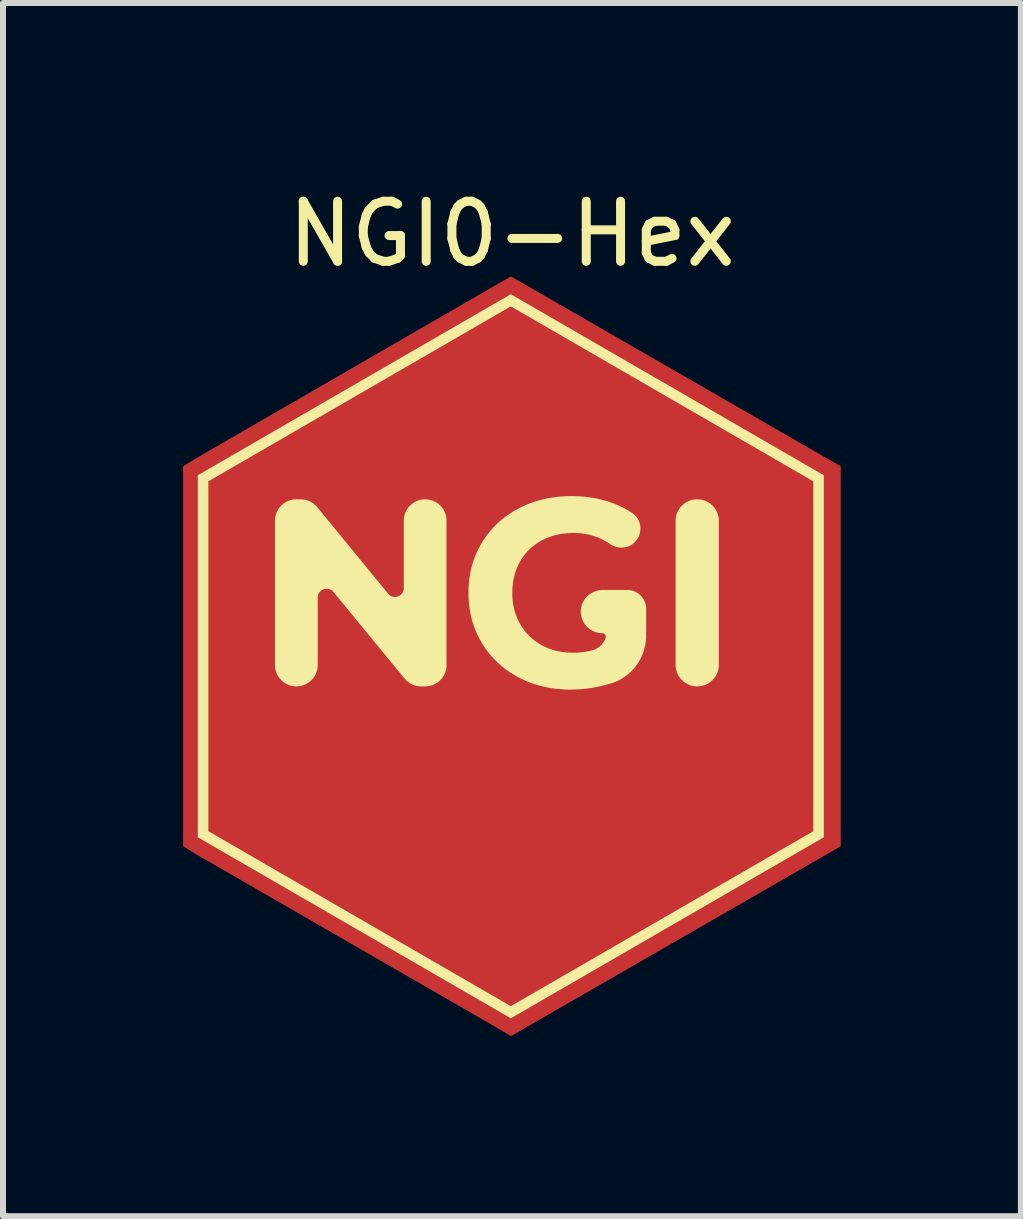
<source format=kicad_pcb>
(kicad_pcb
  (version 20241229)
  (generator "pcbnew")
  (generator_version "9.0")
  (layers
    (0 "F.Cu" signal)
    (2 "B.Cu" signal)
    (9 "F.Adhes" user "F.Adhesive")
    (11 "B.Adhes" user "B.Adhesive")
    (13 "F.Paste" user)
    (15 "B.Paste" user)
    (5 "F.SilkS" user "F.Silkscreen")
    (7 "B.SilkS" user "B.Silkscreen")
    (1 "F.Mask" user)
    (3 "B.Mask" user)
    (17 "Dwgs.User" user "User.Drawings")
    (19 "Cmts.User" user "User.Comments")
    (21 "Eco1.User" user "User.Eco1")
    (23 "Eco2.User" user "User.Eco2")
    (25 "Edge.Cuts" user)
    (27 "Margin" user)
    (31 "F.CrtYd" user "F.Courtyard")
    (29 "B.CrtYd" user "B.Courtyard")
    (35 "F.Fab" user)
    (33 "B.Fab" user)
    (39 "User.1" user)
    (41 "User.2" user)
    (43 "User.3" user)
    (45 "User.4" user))
  (footprint "NGI0-Hex"
    (layer "F.Cu")
    (at 5.479 7.848)
    (property "Reference" "NGI0-Hex" (at 0 -7 0) (unlocked yes) (layer "F.SilkS") (effects (font (size 1 1) (thickness 0.15))))
    (fp_poly (pts (xy 0.211 -6.162) (xy 5.248 -3.261) (xy 5.478 -3.129) (xy 5.478 3.2) (xy 5.249 3.332) (xy 0.212 6.232) (xy -0.014 6.364) (xy -0.238 6.232) (xy -5.266 3.332) (xy -5.479 3.2) (xy -5.479 -3.129) (xy -5.266 -3.261) (xy -0.245 -6.162) (xy -0.017 -6.293)) (stroke (width -0.000001) (type solid)) (fill yes) (layer "F.Cu"))
    (fp_poly (pts (xy -2.911 1.394) (xy -3.689 2.335) (xy -2.889 2.335) (xy -2.889 2.618) (xy -4.153 2.618) (xy -4.153 2.392) (xy -3.375 1.451) (xy -4.13 1.451) (xy -4.13 1.168) (xy -2.911 1.168)) (stroke (width -0.000001) (type solid)) (fill yes) (layer "F.Mask"))
    (fp_poly (pts (xy -0.918 1.451) (xy -1.553 1.451) (xy -1.553 1.721) (xy -0.955 1.721) (xy -0.955 2.003) (xy -1.553 2.003) (xy -1.553 2.335) (xy -0.896 2.335) (xy -0.896 2.618) (xy -1.927 2.618) (xy -1.927 1.168) (xy -0.918 1.168)) (stroke (width -0.000001) (type solid)) (fill yes) (layer "F.Mask"))
    (fp_poly (pts (xy 0.731 1.168) (xy 0.765 1.169) (xy 0.798 1.171) (xy 0.829 1.174) (xy 0.86 1.177) (xy 0.889 1.182) (xy 0.917 1.186) (xy 0.944 1.192) (xy 0.969 1.198) (xy 0.994 1.206) (xy 1.017 1.213) (xy 1.039 1.222) (xy 1.06 1.231) (xy 1.08 1.242) (xy 1.098 1.252) (xy 1.115 1.264) (xy 1.123 1.27) (xy 1.131 1.277) (xy 1.139 1.283) (xy 1.147 1.29) (xy 1.154 1.297) (xy 1.161 1.304) (xy 1.167 1.312) (xy 1.174 1.319) (xy 1.18 1.327) (xy 1.186 1.335) (xy 1.192 1.343) (xy 1.197 1.352) (xy 1.202 1.361) (xy 1.207 1.37) (xy 1.216 1.388) (xy 1.224 1.408) (xy 1.23 1.428) (xy 1.236 1.449) (xy 1.241 1.471) (xy 1.245 1.494) (xy 1.247 1.518) (xy 1.249 1.543) (xy 1.249 1.568) (xy 1.249 1.586) (xy 1.248 1.603) (xy 1.247 1.62) (xy 1.245 1.637) (xy 1.242 1.653) (xy 1.239 1.669) (xy 1.236 1.684) (xy 1.232 1.699) (xy 1.227 1.714) (xy 1.222 1.728) (xy 1.216 1.741) (xy 1.21 1.755) (xy 1.203 1.768) (xy 1.196 1.78) (xy 1.188 1.792) (xy 1.179 1.804) (xy 1.17 1.815) (xy 1.161 1.826) (xy 1.151 1.837) (xy 1.14 1.847) (xy 1.129 1.857) (xy 1.118 1.867) (xy 1.105 1.876) (xy 1.093 1.884) (xy 1.079 1.893) (xy 1.065 1.9) (xy 1.051 1.908) (xy 1.036 1.915) (xy 1.02 1.922) (xy 1.004 1.928) (xy 0.988 1.934) (xy 0.971 1.94) (xy 0.98 1.942) (xy 0.989 1.945) (xy 0.999 1.948) (xy 1.008 1.952) (xy 1.017 1.955) (xy 1.026 1.959) (xy 1.035 1.964) (xy 1.043 1.969) (xy 1.052 1.974) (xy 1.06 1.979) (xy 1.068 1.985) (xy 1.076 1.991) (xy 1.084 1.998) (xy 1.092 2.005) (xy 1.1 2.012) (xy 1.107 2.02) (xy 1.115 2.028) (xy 1.123 2.036) (xy 1.13 2.045) (xy 1.138 2.054) (xy 1.146 2.064) (xy 1.154 2.075) (xy 1.161 2.086) (xy 1.169 2.097) (xy 1.177 2.109) (xy 1.184 2.121) (xy 1.192 2.134) (xy 1.2 2.148) (xy 1.208 2.161) (xy 1.215 2.176) (xy 1.223 2.191) (xy 1.231 2.206) (xy 1.434 2.618) (xy 1.036 2.618) (xy 0.859 2.258) (xy 0.852 2.244) (xy 0.845 2.232) (xy 0.839 2.219) (xy 0.832 2.208) (xy 0.825 2.196) (xy 0.819 2.186) (xy 0.812 2.176) (xy 0.805 2.166) (xy 0.798 2.157) (xy 0.791 2.149) (xy 0.784 2.141) (xy 0.778 2.133) (xy 0.771 2.126) (xy 0.764 2.12) (xy 0.757 2.114) (xy 0.75 2.109) (xy 0.743 2.104) (xy 0.736 2.1) (xy 0.728 2.096) (xy 0.721 2.092) (xy 0.712 2.088) (xy 0.704 2.085) (xy 0.695 2.082) (xy 0.686 2.079) (xy 0.677 2.077) (xy 0.668 2.075) (xy 0.658 2.073) (xy 0.648 2.072) (xy 0.637 2.071) (xy 0.627 2.07) (xy 0.616 2.069) (xy 0.604 2.069) (xy 0.499 2.069) (xy 0.499 2.618) (xy 0.125 2.618) (xy 0.125 1.811) (xy 0.499 1.811) (xy 0.656 1.811) (xy 0.67 1.811) (xy 0.684 1.81) (xy 0.698 1.809) (xy 0.71 1.808) (xy 0.723 1.807) (xy 0.735 1.805) (xy 0.746 1.803) (xy 0.757 1.8) (xy 0.767 1.797) (xy 0.777 1.794) (xy 0.786 1.79) (xy 0.794 1.786) (xy 0.803 1.782) (xy 0.81 1.777) (xy 0.817 1.773) (xy 0.824 1.767) (xy 0.83 1.762) (xy 0.836 1.755) (xy 0.841 1.749) (xy 0.846 1.742) (xy 0.851 1.734) (xy 0.855 1.727) (xy 0.859 1.718) (xy 0.862 1.709) (xy 0.866 1.7) (xy 0.868 1.691) (xy 0.87 1.681) (xy 0.872 1.67) (xy 0.874 1.659) (xy 0.875 1.648) (xy 0.875 1.636) (xy 0.875 1.623) (xy 0.875 1.611) (xy 0.875 1.6) (xy 0.874 1.588) (xy 0.872 1.577) (xy 0.87 1.567) (xy 0.868 1.557) (xy 0.866 1.548) (xy 0.862 1.539) (xy 0.859 1.53) (xy 0.855 1.522) (xy 0.851 1.514) (xy 0.846 1.507) (xy 0.841 1.5) (xy 0.836 1.493) (xy 0.83 1.487) (xy 0.824 1.482) (xy 0.817 1.477) (xy 0.81 1.472) (xy 0.803 1.467) (xy 0.794 1.463) (xy 0.786 1.459) (xy 0.777 1.456) (xy 0.767 1.452) (xy 0.757 1.45) (xy 0.746 1.447) (xy 0.735 1.445) (xy 0.723 1.443) (xy 0.71 1.442) (xy 0.698 1.44) (xy 0.684 1.44) (xy 0.67 1.439) (xy 0.656 1.439) (xy 0.499 1.439) (xy 0.499 1.811) (xy 0.125 1.811) (xy 0.125 1.168) (xy 0.696 1.168)) (stroke (width -0.000001) (type solid)) (fill yes) (layer "F.Mask"))
    (fp_poly (pts (xy 3.052 1.143) (xy 3.094 1.145) (xy 3.135 1.149) (xy 3.174 1.154) (xy 3.213 1.161) (xy 3.25 1.17) (xy 3.286 1.18) (xy 3.321 1.192) (xy 3.355 1.205) (xy 3.387 1.22) (xy 3.418 1.236) (xy 3.448 1.254) (xy 3.477 1.274) (xy 3.505 1.295) (xy 3.532 1.318) (xy 3.557 1.342) (xy 3.581 1.367) (xy 3.603 1.394) (xy 3.624 1.422) (xy 3.644 1.451) (xy 3.661 1.482) (xy 3.678 1.513) (xy 3.692 1.546) (xy 3.706 1.58) (xy 3.717 1.615) (xy 3.727 1.651) (xy 3.736 1.689) (xy 3.743 1.728) (xy 3.748 1.768) (xy 3.752 1.809) (xy 3.754 1.851) (xy 3.755 1.894) (xy 3.754 1.938) (xy 3.752 1.98) (xy 3.748 2.021) (xy 3.743 2.061) (xy 3.736 2.099) (xy 3.727 2.137) (xy 3.717 2.173) (xy 3.706 2.208) (xy 3.692 2.242) (xy 3.678 2.275) (xy 3.661 2.306) (xy 3.644 2.337) (xy 3.624 2.366) (xy 3.603 2.394) (xy 3.581 2.421) (xy 3.557 2.446) (xy 3.532 2.47) (xy 3.505 2.493) (xy 3.477 2.514) (xy 3.448 2.534) (xy 3.418 2.552) (xy 3.387 2.568) (xy 3.355 2.583) (xy 3.321 2.596) (xy 3.286 2.608) (xy 3.25 2.618) (xy 3.213 2.627) (xy 3.174 2.634) (xy 3.135 2.639) (xy 3.094 2.643) (xy 3.052 2.645) (xy 3.009 2.646) (xy 2.966 2.645) (xy 2.924 2.643) (xy 2.884 2.639) (xy 2.844 2.634) (xy 2.806 2.627) (xy 2.769 2.618) (xy 2.733 2.608) (xy 2.698 2.596) (xy 2.664 2.583) (xy 2.632 2.568) (xy 2.6 2.552) (xy 2.57 2.534) (xy 2.541 2.514) (xy 2.513 2.493) (xy 2.487 2.47) (xy 2.461 2.446) (xy 2.437 2.421) (xy 2.415 2.394) (xy 2.394 2.366) (xy 2.375 2.337) (xy 2.357 2.306) (xy 2.341 2.275) (xy 2.326 2.242) (xy 2.313 2.208) (xy 2.301 2.173) (xy 2.291 2.137) (xy 2.283 2.099) (xy 2.276 2.061) (xy 2.27 2.021) (xy 2.266 1.98) (xy 2.264 1.938) (xy 2.263 1.894) (xy 2.65 1.894) (xy 2.65 1.923) (xy 2.651 1.95) (xy 2.653 1.976) (xy 2.656 2.002) (xy 2.659 2.027) (xy 2.663 2.051) (xy 2.668 2.075) (xy 2.673 2.097) (xy 2.68 2.119) (xy 2.687 2.14) (xy 2.694 2.16) (xy 2.703 2.179) (xy 2.712 2.198) (xy 2.722 2.216) (xy 2.733 2.233) (xy 2.744 2.249) (xy 2.756 2.264) (xy 2.769 2.279) (xy 2.782 2.292) (xy 2.796 2.304) (xy 2.81 2.316) (xy 2.825 2.326) (xy 2.841 2.335) (xy 2.857 2.344) (xy 2.874 2.351) (xy 2.892 2.357) (xy 2.91 2.363) (xy 2.928 2.367) (xy 2.948 2.371) (xy 2.968 2.373) (xy 2.988 2.375) (xy 3.009 2.375) (xy 3.03 2.375) (xy 3.051 2.373) (xy 3.071 2.371) (xy 3.09 2.367) (xy 3.109 2.363) (xy 3.127 2.357) (xy 3.145 2.351) (xy 3.162 2.344) (xy 3.178 2.335) (xy 3.194 2.326) (xy 3.209 2.316) (xy 3.223 2.304) (xy 3.237 2.292) (xy 3.25 2.279) (xy 3.263 2.264) (xy 3.275 2.249) (xy 3.287 2.233) (xy 3.297 2.216) (xy 3.307 2.198) (xy 3.316 2.179) (xy 3.325 2.16) (xy 3.333 2.14) (xy 3.34 2.119) (xy 3.346 2.097) (xy 3.351 2.075) (xy 3.356 2.051) (xy 3.36 2.027) (xy 3.364 2.002) (xy 3.366 1.976) (xy 3.368 1.95) (xy 3.369 1.923) (xy 3.369 1.894) (xy 3.369 1.866) (xy 3.368 1.839) (xy 3.366 1.812) (xy 3.364 1.786) (xy 3.36 1.761) (xy 3.356 1.737) (xy 3.351 1.714) (xy 3.346 1.691) (xy 3.34 1.669) (xy 3.333 1.648) (xy 3.325 1.628) (xy 3.316 1.609) (xy 3.307 1.59) (xy 3.297 1.572) (xy 3.287 1.555) (xy 3.275 1.539) (xy 3.263 1.524) (xy 3.25 1.509) (xy 3.237 1.496) (xy 3.223 1.484) (xy 3.209 1.472) (xy 3.194 1.462) (xy 3.178 1.453) (xy 3.162 1.444) (xy 3.145 1.437) (xy 3.127 1.43) (xy 3.109 1.425) (xy 3.09 1.421) (xy 3.071 1.417) (xy 3.051 1.415) (xy 3.03 1.413) (xy 3.009 1.413) (xy 2.988 1.413) (xy 2.968 1.415) (xy 2.948 1.417) (xy 2.928 1.421) (xy 2.91 1.425) (xy 2.892 1.43) (xy 2.874 1.437) (xy 2.857 1.444) (xy 2.841 1.453) (xy 2.825 1.462) (xy 2.81 1.472) (xy 2.796 1.484) (xy 2.782 1.496) (xy 2.769 1.509) (xy 2.756 1.524) (xy 2.744 1.539) (xy 2.733 1.555) (xy 2.722 1.572) (xy 2.712 1.59) (xy 2.703 1.609) (xy 2.694 1.628) (xy 2.687 1.648) (xy 2.68 1.669) (xy 2.673 1.691) (xy 2.668 1.714) (xy 2.663 1.737) (xy 2.659 1.761) (xy 2.656 1.786) (xy 2.653 1.812) (xy 2.651 1.839) (xy 2.65 1.866) (xy 2.65 1.894) (xy 2.263 1.894) (xy 2.264 1.851) (xy 2.266 1.809) (xy 2.27 1.768) (xy 2.276 1.728) (xy 2.283 1.689) (xy 2.291 1.651) (xy 2.301 1.615) (xy 2.313 1.58) (xy 2.326 1.546) (xy 2.341 1.513) (xy 2.357 1.482) (xy 2.375 1.451) (xy 2.394 1.422) (xy 2.415 1.394) (xy 2.437 1.367) (xy 2.461 1.342) (xy 2.487 1.318) (xy 2.513 1.295) (xy 2.541 1.274) (xy 2.57 1.254) (xy 2.6 1.236) (xy 2.632 1.22) (xy 2.664 1.205) (xy 2.698 1.192) (xy 2.733 1.18) (xy 2.769 1.17) (xy 2.806 1.161) (xy 2.844 1.154) (xy 2.884 1.149) (xy 2.924 1.145) (xy 2.966 1.143) (xy 3.009 1.142)) (stroke (width -0.000001) (type solid)) (fill yes) (layer "F.Mask"))
    (fp_poly (pts (xy 5.196 -2.98) (xy 5.196 3.051) (xy -0.019 6.067) (xy -5.234 3.051) (xy -5.234 -2.879) (xy -5.058 -2.879) (xy -5.058 2.95) (xy -0.019 5.865) (xy 5.021 2.95) (xy 5.021 -2.879) (xy -0.019 -5.794) (xy -5.058 -2.879) (xy -5.234 -2.879) (xy -5.234 -2.98) (xy -0.019 -5.996)) (stroke (width -0.000001) (type solid)) (fill yes) (layer "F.SilkS"))
    (fp_poly (pts (xy 3.105 -2.579) (xy 3.123 -2.577) (xy 3.141 -2.575) (xy 3.159 -2.572) (xy 3.177 -2.568) (xy 3.194 -2.563) (xy 3.211 -2.557) (xy 3.227 -2.551) (xy 3.243 -2.544) (xy 3.258 -2.536) (xy 3.274 -2.527) (xy 3.288 -2.518) (xy 3.302 -2.508) (xy 3.316 -2.497) (xy 3.329 -2.486) (xy 3.342 -2.474) (xy 3.353 -2.461) (xy 3.365 -2.448) (xy 3.376 -2.434) (xy 3.386 -2.42) (xy 3.395 -2.406) (xy 3.404 -2.39) (xy 3.412 -2.375) (xy 3.419 -2.359) (xy 3.425 -2.343) (xy 3.431 -2.326) (xy 3.436 -2.309) (xy 3.44 -2.291) (xy 3.443 -2.274) (xy 3.445 -2.255) (xy 3.447 -2.237) (xy 3.447 -2.219) (xy 3.447 0.177) (xy 3.447 0.195) (xy 3.445 0.214) (xy 3.443 0.232) (xy 3.44 0.249) (xy 3.436 0.267) (xy 3.431 0.284) (xy 3.425 0.301) (xy 3.419 0.317) (xy 3.412 0.333) (xy 3.404 0.349) (xy 3.395 0.364) (xy 3.386 0.378) (xy 3.376 0.392) (xy 3.365 0.406) (xy 3.353 0.419) (xy 3.342 0.432) (xy 3.329 0.444) (xy 3.316 0.455) (xy 3.302 0.466) (xy 3.288 0.476) (xy 3.274 0.485) (xy 3.258 0.494) (xy 3.243 0.502) (xy 3.227 0.509) (xy 3.211 0.515) (xy 3.194 0.521) (xy 3.177 0.526) (xy 3.159 0.53) (xy 3.141 0.533) (xy 3.123 0.535) (xy 3.105 0.537) (xy 3.087 0.537) (xy 3.068 0.537) (xy 3.05 0.535) (xy 3.032 0.533) (xy 3.014 0.53) (xy 2.996 0.526) (xy 2.979 0.521) (xy 2.963 0.515) (xy 2.946 0.509) (xy 2.93 0.502) (xy 2.915 0.494) (xy 2.9 0.485) (xy 2.885 0.476) (xy 2.871 0.466) (xy 2.857 0.455) (xy 2.844 0.444) (xy 2.832 0.432) (xy 2.82 0.419) (xy 2.808 0.406) (xy 2.798 0.392) (xy 2.787 0.378) (xy 2.778 0.364) (xy 2.769 0.349) (xy 2.761 0.333) (xy 2.754 0.317) (xy 2.748 0.301) (xy 2.742 0.284) (xy 2.737 0.267) (xy 2.733 0.249) (xy 2.73 0.232) (xy 2.728 0.214) (xy 2.726 0.195) (xy 2.726 0.177) (xy 2.726 -2.219) (xy 2.726 -2.237) (xy 2.728 -2.255) (xy 2.73 -2.274) (xy 2.733 -2.291) (xy 2.737 -2.309) (xy 2.742 -2.326) (xy 2.748 -2.343) (xy 2.754 -2.359) (xy 2.761 -2.375) (xy 2.769 -2.39) (xy 2.778 -2.406) (xy 2.787 -2.42) (xy 2.798 -2.434) (xy 2.808 -2.448) (xy 2.82 -2.461) (xy 2.832 -2.474) (xy 2.844 -2.486) (xy 2.857 -2.497) (xy 2.871 -2.508) (xy 2.885 -2.518) (xy 2.9 -2.527) (xy 2.915 -2.536) (xy 2.93 -2.544) (xy 2.946 -2.551) (xy 2.963 -2.557) (xy 2.979 -2.563) (xy 2.996 -2.568) (xy 3.014 -2.572) (xy 3.032 -2.575) (xy 3.05 -2.577) (xy 3.068 -2.579) (xy 3.087 -2.579)) (stroke (width -0.000001) (type solid)) (fill yes) (layer "F.SilkS"))
    (fp_poly (pts (xy -3.5 -2.579) (xy -3.48 -2.577) (xy -3.461 -2.574) (xy -3.441 -2.57) (xy -3.422 -2.566) (xy -3.404 -2.56) (xy -3.385 -2.553) (xy -3.367 -2.545) (xy -3.35 -2.536) (xy -3.333 -2.526) (xy -3.317 -2.516) (xy -3.301 -2.504) (xy -3.286 -2.491) (xy -3.271 -2.478) (xy -3.257 -2.464) (xy -3.244 -2.449) (xy -2.064 -1.008) (xy -2.056 -0.998) (xy -2.047 -0.989) (xy -2.038 -0.982) (xy -2.028 -0.975) (xy -2.018 -0.969) (xy -2.008 -0.964) (xy -1.997 -0.96) (xy -1.986 -0.957) (xy -1.975 -0.955) (xy -1.965 -0.954) (xy -1.954 -0.953) (xy -1.943 -0.953) (xy -1.932 -0.954) (xy -1.921 -0.956) (xy -1.911 -0.959) (xy -1.9 -0.962) (xy -1.89 -0.966) (xy -1.88 -0.971) (xy -1.871 -0.976) (xy -1.862 -0.982) (xy -1.853 -0.989) (xy -1.845 -0.996) (xy -1.837 -1.004) (xy -1.831 -1.013) (xy -1.824 -1.022) (xy -1.819 -1.032) (xy -1.814 -1.042) (xy -1.81 -1.053) (xy -1.806 -1.064) (xy -1.804 -1.076) (xy -1.802 -1.089) (xy -1.802 -1.101) (xy -1.802 -2.223) (xy -1.801 -2.241) (xy -1.8 -2.259) (xy -1.798 -2.277) (xy -1.795 -2.295) (xy -1.791 -2.312) (xy -1.786 -2.329) (xy -1.78 -2.346) (xy -1.774 -2.362) (xy -1.767 -2.377) (xy -1.759 -2.393) (xy -1.75 -2.408) (xy -1.741 -2.422) (xy -1.731 -2.436) (xy -1.721 -2.45) (xy -1.709 -2.463) (xy -1.698 -2.475) (xy -1.685 -2.487) (xy -1.672 -2.498) (xy -1.659 -2.508) (xy -1.645 -2.518) (xy -1.63 -2.528) (xy -1.616 -2.536) (xy -1.6 -2.544) (xy -1.584 -2.551) (xy -1.568 -2.558) (xy -1.552 -2.563) (xy -1.535 -2.568) (xy -1.518 -2.572) (xy -1.5 -2.575) (xy -1.482 -2.577) (xy -1.464 -2.579) (xy -1.446 -2.579) (xy -1.427 -2.579) (xy -1.409 -2.577) (xy -1.391 -2.575) (xy -1.374 -2.572) (xy -1.357 -2.568) (xy -1.34 -2.563) (xy -1.323 -2.558) (xy -1.307 -2.551) (xy -1.291 -2.544) (xy -1.276 -2.536) (xy -1.261 -2.528) (xy -1.247 -2.518) (xy -1.233 -2.508) (xy -1.219 -2.498) (xy -1.206 -2.487) (xy -1.194 -2.475) (xy -1.182 -2.463) (xy -1.171 -2.45) (xy -1.16 -2.436) (xy -1.15 -2.422) (xy -1.141 -2.408) (xy -1.133 -2.393) (xy -1.125 -2.377) (xy -1.118 -2.362) (xy -1.111 -2.346) (xy -1.106 -2.329) (xy -1.101 -2.312) (xy -1.097 -2.295) (xy -1.094 -2.277) (xy -1.091 -2.259) (xy -1.09 -2.241) (xy -1.09 -2.223) (xy -1.09 0.181) (xy -1.09 0.199) (xy -1.091 0.218) (xy -1.094 0.235) (xy -1.097 0.253) (xy -1.101 0.27) (xy -1.106 0.287) (xy -1.111 0.304) (xy -1.118 0.32) (xy -1.125 0.336) (xy -1.133 0.351) (xy -1.141 0.366) (xy -1.15 0.38) (xy -1.16 0.394) (xy -1.171 0.408) (xy -1.182 0.421) (xy -1.194 0.433) (xy -1.206 0.445) (xy -1.219 0.456) (xy -1.233 0.467) (xy -1.247 0.476) (xy -1.261 0.486) (xy -1.276 0.494) (xy -1.291 0.502) (xy -1.307 0.509) (xy -1.323 0.516) (xy -1.34 0.521) (xy -1.357 0.526) (xy -1.374 0.53) (xy -1.391 0.533) (xy -1.409 0.535) (xy -1.427 0.537) (xy -1.446 0.537) (xy -1.513 0.537) (xy -1.533 0.537) (xy -1.553 0.535) (xy -1.572 0.532) (xy -1.592 0.529) (xy -1.611 0.524) (xy -1.629 0.518) (xy -1.648 0.511) (xy -1.666 0.503) (xy -1.683 0.494) (xy -1.7 0.485) (xy -1.716 0.474) (xy -1.732 0.462) (xy -1.747 0.45) (xy -1.762 0.436) (xy -1.775 0.422) (xy -1.789 0.407) (xy -2.973 -1.035) (xy -2.982 -1.045) (xy -2.991 -1.054) (xy -3 -1.061) (xy -3.01 -1.068) (xy -3.02 -1.074) (xy -3.03 -1.078) (xy -3.041 -1.082) (xy -3.051 -1.086) (xy -3.062 -1.088) (xy -3.073 -1.089) (xy -3.084 -1.09) (xy -3.095 -1.089) (xy -3.106 -1.088) (xy -3.116 -1.087) (xy -3.127 -1.084) (xy -3.137 -1.081) (xy -3.148 -1.077) (xy -3.157 -1.072) (xy -3.167 -1.067) (xy -3.176 -1.061) (xy -3.184 -1.054) (xy -3.192 -1.046) (xy -3.2 -1.038) (xy -3.207 -1.03) (xy -3.213 -1.021) (xy -3.219 -1.011) (xy -3.224 -1.001) (xy -3.228 -0.99) (xy -3.231 -0.978) (xy -3.234 -0.967) (xy -3.235 -0.954) (xy -3.236 -0.941) (xy -3.236 0.181) (xy -3.236 0.199) (xy -3.237 0.218) (xy -3.24 0.235) (xy -3.243 0.253) (xy -3.247 0.27) (xy -3.252 0.287) (xy -3.257 0.304) (xy -3.264 0.32) (xy -3.271 0.336) (xy -3.279 0.351) (xy -3.287 0.366) (xy -3.296 0.38) (xy -3.306 0.394) (xy -3.317 0.408) (xy -3.328 0.421) (xy -3.34 0.433) (xy -3.352 0.445) (xy -3.365 0.456) (xy -3.379 0.467) (xy -3.393 0.476) (xy -3.407 0.486) (xy -3.422 0.494) (xy -3.437 0.502) (xy -3.453 0.509) (xy -3.469 0.516) (xy -3.486 0.521) (xy -3.503 0.526) (xy -3.52 0.53) (xy -3.537 0.533) (xy -3.555 0.535) (xy -3.573 0.537) (xy -3.592 0.537) (xy -3.61 0.537) (xy -3.628 0.535) (xy -3.646 0.533) (xy -3.663 0.53) (xy -3.681 0.526) (xy -3.698 0.521) (xy -3.714 0.516) (xy -3.73 0.509) (xy -3.746 0.502) (xy -3.761 0.494) (xy -3.776 0.486) (xy -3.791 0.476) (xy -3.805 0.467) (xy -3.818 0.456) (xy -3.831 0.445) (xy -3.844 0.433) (xy -3.855 0.421) (xy -3.867 0.408) (xy -3.877 0.394) (xy -3.887 0.38) (xy -3.896 0.366) (xy -3.905 0.351) (xy -3.913 0.336) (xy -3.92 0.32) (xy -3.926 0.304) (xy -3.932 0.287) (xy -3.937 0.27) (xy -3.941 0.253) (xy -3.944 0.235) (xy -3.946 0.218) (xy -3.947 0.199) (xy -3.948 0.181) (xy -3.948 -2.223) (xy -3.947 -2.241) (xy -3.946 -2.259) (xy -3.944 -2.277) (xy -3.941 -2.295) (xy -3.937 -2.312) (xy -3.932 -2.329) (xy -3.926 -2.346) (xy -3.92 -2.362) (xy -3.913 -2.377) (xy -3.905 -2.393) (xy -3.896 -2.408) (xy -3.887 -2.422) (xy -3.877 -2.436) (xy -3.867 -2.45) (xy -3.855 -2.463) (xy -3.844 -2.475) (xy -3.831 -2.487) (xy -3.818 -2.498) (xy -3.805 -2.508) (xy -3.791 -2.518) (xy -3.776 -2.528) (xy -3.761 -2.536) (xy -3.746 -2.544) (xy -3.73 -2.551) (xy -3.714 -2.558) (xy -3.698 -2.563) (xy -3.681 -2.568) (xy -3.663 -2.572) (xy -3.646 -2.575) (xy -3.628 -2.577) (xy -3.61 -2.579) (xy -3.592 -2.579) (xy -3.52 -2.579)) (stroke (width -0.000001) (type solid)) (fill yes) (layer "F.SilkS"))
    (fp_poly (pts (xy 1.04 -2.632) (xy 1.091 -2.63) (xy 1.141 -2.628) (xy 1.19 -2.624) (xy 1.238 -2.619) (xy 1.286 -2.613) (xy 1.334 -2.606) (xy 1.38 -2.598) (xy 1.426 -2.589) (xy 1.472 -2.579) (xy 1.517 -2.567) (xy 1.561 -2.555) (xy 1.605 -2.542) (xy 1.648 -2.527) (xy 1.691 -2.511) (xy 1.733 -2.495) (xy 1.769 -2.479) (xy 1.804 -2.463) (xy 1.839 -2.446) (xy 1.873 -2.429) (xy 1.906 -2.411) (xy 1.939 -2.392) (xy 1.971 -2.372) (xy 2.003 -2.351) (xy 2.019 -2.34) (xy 2.034 -2.328) (xy 2.048 -2.315) (xy 2.061 -2.301) (xy 2.073 -2.287) (xy 2.084 -2.272) (xy 2.094 -2.257) (xy 2.103 -2.241) (xy 2.111 -2.225) (xy 2.119 -2.208) (xy 2.125 -2.191) (xy 2.13 -2.173) (xy 2.134 -2.156) (xy 2.137 -2.138) (xy 2.139 -2.12) (xy 2.14 -2.102) (xy 2.14 -2.084) (xy 2.139 -2.066) (xy 2.137 -2.048) (xy 2.134 -2.03) (xy 2.13 -2.012) (xy 2.125 -1.995) (xy 2.119 -1.977) (xy 2.112 -1.96) (xy 2.104 -1.944) (xy 2.095 -1.927) (xy 2.085 -1.911) (xy 2.073 -1.896) (xy 2.061 -1.881) (xy 2.048 -1.867) (xy 2.033 -1.853) (xy 2.018 -1.84) (xy 2.008 -1.833) (xy 1.997 -1.825) (xy 1.975 -1.812) (xy 1.952 -1.801) (xy 1.929 -1.792) (xy 1.905 -1.785) (xy 1.88 -1.779) (xy 1.855 -1.776) (xy 1.83 -1.774) (xy 1.805 -1.775) (xy 1.78 -1.777) (xy 1.755 -1.782) (xy 1.731 -1.788) (xy 1.707 -1.796) (xy 1.683 -1.806) (xy 1.661 -1.818) (xy 1.639 -1.832) (xy 1.605 -1.855) (xy 1.57 -1.876) (xy 1.535 -1.895) (xy 1.499 -1.914) (xy 1.463 -1.93) (xy 1.426 -1.946) (xy 1.388 -1.959) (xy 1.35 -1.972) (xy 1.312 -1.983) (xy 1.272 -1.992) (xy 1.233 -2) (xy 1.192 -2.007) (xy 1.151 -2.012) (xy 1.11 -2.015) (xy 1.068 -2.018) (xy 1.025 -2.018) (xy 0.988 -2.018) (xy 0.952 -2.016) (xy 0.916 -2.014) (xy 0.88 -2.01) (xy 0.845 -2.006) (xy 0.811 -2.001) (xy 0.777 -1.994) (xy 0.744 -1.987) (xy 0.711 -1.979) (xy 0.678 -1.97) (xy 0.647 -1.959) (xy 0.615 -1.948) (xy 0.585 -1.936) (xy 0.554 -1.923) (xy 0.525 -1.909) (xy 0.495 -1.894) (xy 0.467 -1.878) (xy 0.439 -1.861) (xy 0.412 -1.843) (xy 0.386 -1.825) (xy 0.361 -1.806) (xy 0.336 -1.786) (xy 0.312 -1.765) (xy 0.289 -1.743) (xy 0.267 -1.721) (xy 0.246 -1.698) (xy 0.225 -1.674) (xy 0.206 -1.649) (xy 0.187 -1.623) (xy 0.169 -1.597) (xy 0.151 -1.57) (xy 0.135 -1.542) (xy 0.119 -1.513) (xy 0.104 -1.484) (xy 0.091 -1.454) (xy 0.078 -1.424) (xy 0.067 -1.393) (xy 0.056 -1.362) (xy 0.046 -1.33) (xy 0.038 -1.298) (xy 0.03 -1.265) (xy 0.024 -1.232) (xy 0.018 -1.198) (xy 0.014 -1.164) (xy 0.01 -1.129) (xy 0.008 -1.093) (xy 0.006 -1.057) (xy 0.006 -1.021) (xy 0.006 -0.985) (xy 0.008 -0.95) (xy 0.01 -0.915) (xy 0.014 -0.88) (xy 0.018 -0.846) (xy 0.024 -0.813) (xy 0.03 -0.78) (xy 0.038 -0.747) (xy 0.046 -0.715) (xy 0.056 -0.684) (xy 0.067 -0.653) (xy 0.078 -0.622) (xy 0.091 -0.592) (xy 0.104 -0.562) (xy 0.119 -0.533) (xy 0.135 -0.505) (xy 0.151 -0.477) (xy 0.169 -0.449) (xy 0.187 -0.423) (xy 0.206 -0.397) (xy 0.225 -0.372) (xy 0.246 -0.348) (xy 0.267 -0.325) (xy 0.289 -0.302) (xy 0.312 -0.281) (xy 0.335 -0.26) (xy 0.36 -0.24) (xy 0.385 -0.22) (xy 0.411 -0.202) (xy 0.437 -0.184) (xy 0.465 -0.167) (xy 0.493 -0.151) (xy 0.522 -0.135) (xy 0.551 -0.121) (xy 0.581 -0.107) (xy 0.612 -0.095) (xy 0.643 -0.084) (xy 0.674 -0.073) (xy 0.706 -0.064) (xy 0.739 -0.055) (xy 0.772 -0.048) (xy 0.805 -0.042) (xy 0.839 -0.036) (xy 0.873 -0.032) (xy 0.908 -0.028) (xy 0.944 -0.026) (xy 0.98 -0.024) (xy 1.016 -0.024) (xy 1.059 -0.024) (xy 1.101 -0.026) (xy 1.142 -0.029) (xy 1.182 -0.034) (xy 1.222 -0.039) (xy 1.262 -0.046) (xy 1.301 -0.054) (xy 1.339 -0.064) (xy 1.359 -0.07) (xy 1.378 -0.077) (xy 1.397 -0.085) (xy 1.415 -0.095) (xy 1.432 -0.105) (xy 1.448 -0.116) (xy 1.464 -0.129) (xy 1.479 -0.142) (xy 1.493 -0.156) (xy 1.505 -0.171) (xy 1.517 -0.187) (xy 1.528 -0.203) (xy 1.538 -0.221) (xy 1.547 -0.238) (xy 1.555 -0.257) (xy 1.562 -0.276) (xy 1.562 -0.279) (xy 1.563 -0.282) (xy 1.564 -0.286) (xy 1.564 -0.289) (xy 1.564 -0.293) (xy 1.564 -0.296) (xy 1.564 -0.299) (xy 1.563 -0.302) (xy 1.562 -0.306) (xy 1.562 -0.309) (xy 1.561 -0.312) (xy 1.559 -0.315) (xy 1.558 -0.318) (xy 1.556 -0.32) (xy 1.555 -0.323) (xy 1.553 -0.326) (xy 1.551 -0.328) (xy 1.549 -0.331) (xy 1.546 -0.333) (xy 1.544 -0.335) (xy 1.542 -0.337) (xy 1.539 -0.339) (xy 1.536 -0.341) (xy 1.533 -0.342) (xy 1.53 -0.344) (xy 1.527 -0.345) (xy 1.524 -0.346) (xy 1.521 -0.347) (xy 1.518 -0.348) (xy 1.514 -0.348) (xy 1.511 -0.349) (xy 1.507 -0.349) (xy 1.488 -0.349) (xy 1.469 -0.351) (xy 1.45 -0.353) (xy 1.432 -0.357) (xy 1.414 -0.361) (xy 1.396 -0.366) (xy 1.379 -0.372) (xy 1.362 -0.379) (xy 1.345 -0.387) (xy 1.329 -0.396) (xy 1.314 -0.405) (xy 1.299 -0.415) (xy 1.284 -0.426) (xy 1.27 -0.437) (xy 1.257 -0.449) (xy 1.244 -0.462) (xy 1.232 -0.476) (xy 1.221 -0.49) (xy 1.21 -0.504) (xy 1.201 -0.519) (xy 1.191 -0.535) (xy 1.183 -0.551) (xy 1.175 -0.568) (xy 1.169 -0.585) (xy 1.163 -0.602) (xy 1.158 -0.62) (xy 1.154 -0.638) (xy 1.15 -0.656) (xy 1.148 -0.675) (xy 1.147 -0.694) (xy 1.147 -0.714) (xy 1.147 -0.733) (xy 1.149 -0.751) (xy 1.151 -0.769) (xy 1.155 -0.786) (xy 1.159 -0.803) (xy 1.164 -0.819) (xy 1.17 -0.836) (xy 1.176 -0.851) (xy 1.184 -0.867) (xy 1.192 -0.882) (xy 1.2 -0.896) (xy 1.21 -0.91) (xy 1.22 -0.924) (xy 1.231 -0.937) (xy 1.242 -0.95) (xy 1.254 -0.962) (xy 1.266 -0.973) (xy 1.279 -0.984) (xy 1.292 -0.995) (xy 1.306 -1.005) (xy 1.321 -1.014) (xy 1.335 -1.023) (xy 1.351 -1.03) (xy 1.366 -1.038) (xy 1.382 -1.044) (xy 1.398 -1.05) (xy 1.415 -1.055) (xy 1.432 -1.06) (xy 1.449 -1.063) (xy 1.466 -1.066) (xy 1.484 -1.068) (xy 1.502 -1.07) (xy 1.52 -1.07) (xy 1.876 -1.07) (xy 1.877 -1.07) (xy 1.878 -1.07) (xy 1.879 -1.07) (xy 1.88 -1.07) (xy 1.883 -1.07) (xy 1.884 -1.069) (xy 1.885 -1.069) (xy 1.886 -1.069) (xy 1.887 -1.07) (xy 1.89 -1.07) (xy 1.891 -1.07) (xy 1.892 -1.07) (xy 1.893 -1.07) (xy 1.894 -1.07) (xy 1.919 -1.07) (xy 1.935 -1.07) (xy 1.952 -1.068) (xy 1.967 -1.066) (xy 1.983 -1.063) (xy 1.998 -1.06) (xy 2.013 -1.056) (xy 2.028 -1.051) (xy 2.043 -1.045) (xy 2.057 -1.039) (xy 2.07 -1.032) (xy 2.084 -1.024) (xy 2.096 -1.016) (xy 2.109 -1.007) (xy 2.121 -0.998) (xy 2.132 -0.988) (xy 2.143 -0.977) (xy 2.154 -0.966) (xy 2.164 -0.955) (xy 2.173 -0.943) (xy 2.182 -0.93) (xy 2.19 -0.917) (xy 2.198 -0.904) (xy 2.205 -0.89) (xy 2.211 -0.876) (xy 2.217 -0.862) (xy 2.222 -0.847) (xy 2.226 -0.832) (xy 2.23 -0.817) (xy 2.233 -0.801) (xy 2.235 -0.785) (xy 2.236 -0.769) (xy 2.236 -0.753) (xy 2.236 -0.311) (xy 2.236 -0.277) (xy 2.233 -0.243) (xy 2.23 -0.209) (xy 2.225 -0.176) (xy 2.22 -0.144) (xy 2.212 -0.111) (xy 2.204 -0.079) (xy 2.194 -0.048) (xy 2.183 -0.017) (xy 2.171 0.014) (xy 2.158 0.044) (xy 2.144 0.073) (xy 2.129 0.102) (xy 2.112 0.13) (xy 2.095 0.157) (xy 2.076 0.184) (xy 2.056 0.21) (xy 2.036 0.235) (xy 2.014 0.259) (xy 1.992 0.283) (xy 1.968 0.305) (xy 1.944 0.327) (xy 1.919 0.348) (xy 1.892 0.367) (xy 1.866 0.386) (xy 1.838 0.404) (xy 1.809 0.421) (xy 1.78 0.436) (xy 1.75 0.45) (xy 1.719 0.464) (xy 1.687 0.476) (xy 1.655 0.486) (xy 1.649 0.488) (xy 1.565 0.512) (xy 1.481 0.533) (xy 1.397 0.551) (xy 1.313 0.565) (xy 1.229 0.576) (xy 1.145 0.584) (xy 1.061 0.589) (xy 0.976 0.591) (xy 0.916 0.59) (xy 0.856 0.587) (xy 0.798 0.583) (xy 0.74 0.578) (xy 0.682 0.571) (xy 0.626 0.562) (xy 0.57 0.551) (xy 0.515 0.539) (xy 0.461 0.525) (xy 0.408 0.51) (xy 0.355 0.493) (xy 0.303 0.474) (xy 0.252 0.454) (xy 0.202 0.432) (xy 0.152 0.409) (xy 0.104 0.384) (xy 0.056 0.357) (xy 0.009 0.329) (xy -0.036 0.3) (xy -0.08 0.27) (xy -0.122 0.239) (xy -0.163 0.206) (xy -0.203 0.172) (xy -0.242 0.137) (xy -0.279 0.1) (xy -0.315 0.062) (xy -0.35 0.023) (xy -0.383 -0.017) (xy -0.416 -0.059) (xy -0.446 -0.101) (xy -0.476 -0.145) (xy -0.504 -0.191) (xy -0.531 -0.237) (xy -0.556 -0.284) (xy -0.579 -0.332) (xy -0.601 -0.38) (xy -0.62 -0.43) (xy -0.638 -0.48) (xy -0.655 -0.53) (xy -0.669 -0.582) (xy -0.682 -0.634) (xy -0.693 -0.687) (xy -0.703 -0.741) (xy -0.711 -0.795) (xy -0.717 -0.851) (xy -0.721 -0.907) (xy -0.724 -0.963) (xy -0.724 -1.021) (xy -0.724 -1.078) (xy -0.721 -1.135) (xy -0.717 -1.191) (xy -0.711 -1.247) (xy -0.703 -1.301) (xy -0.693 -1.355) (xy -0.682 -1.408) (xy -0.669 -1.46) (xy -0.655 -1.512) (xy -0.638 -1.562) (xy -0.62 -1.612) (xy -0.601 -1.662) (xy -0.579 -1.71) (xy -0.556 -1.758) (xy -0.531 -1.805) (xy -0.504 -1.851) (xy -0.476 -1.897) (xy -0.446 -1.941) (xy -0.415 -1.983) (xy -0.383 -2.025) (xy -0.35 -2.065) (xy -0.315 -2.104) (xy -0.278 -2.142) (xy -0.241 -2.179) (xy -0.202 -2.214) (xy -0.162 -2.248) (xy -0.12 -2.281) (xy -0.077 -2.312) (xy -0.033 -2.342) (xy 0.013 -2.371) (xy 0.06 -2.399) (xy 0.108 -2.426) (xy 0.157 -2.451) (xy 0.208 -2.474) (xy 0.258 -2.496) (xy 0.31 -2.516) (xy 0.362 -2.535) (xy 0.416 -2.552) (xy 0.47 -2.567) (xy 0.524 -2.581) (xy 0.58 -2.593) (xy 0.636 -2.604) (xy 0.693 -2.612) (xy 0.751 -2.62) (xy 0.809 -2.625) (xy 0.869 -2.629) (xy 0.929 -2.632) (xy 0.99 -2.633)) (stroke (width -0.000001) (type solid)) (fill yes) (layer "F.SilkS")))
  (gr_rect
    (start -3 -3)
    (end 13.958 17.212)
    (stroke (width 0.1) (type default))
    (fill no)
    (layer "Edge.Cuts")))
</source>
